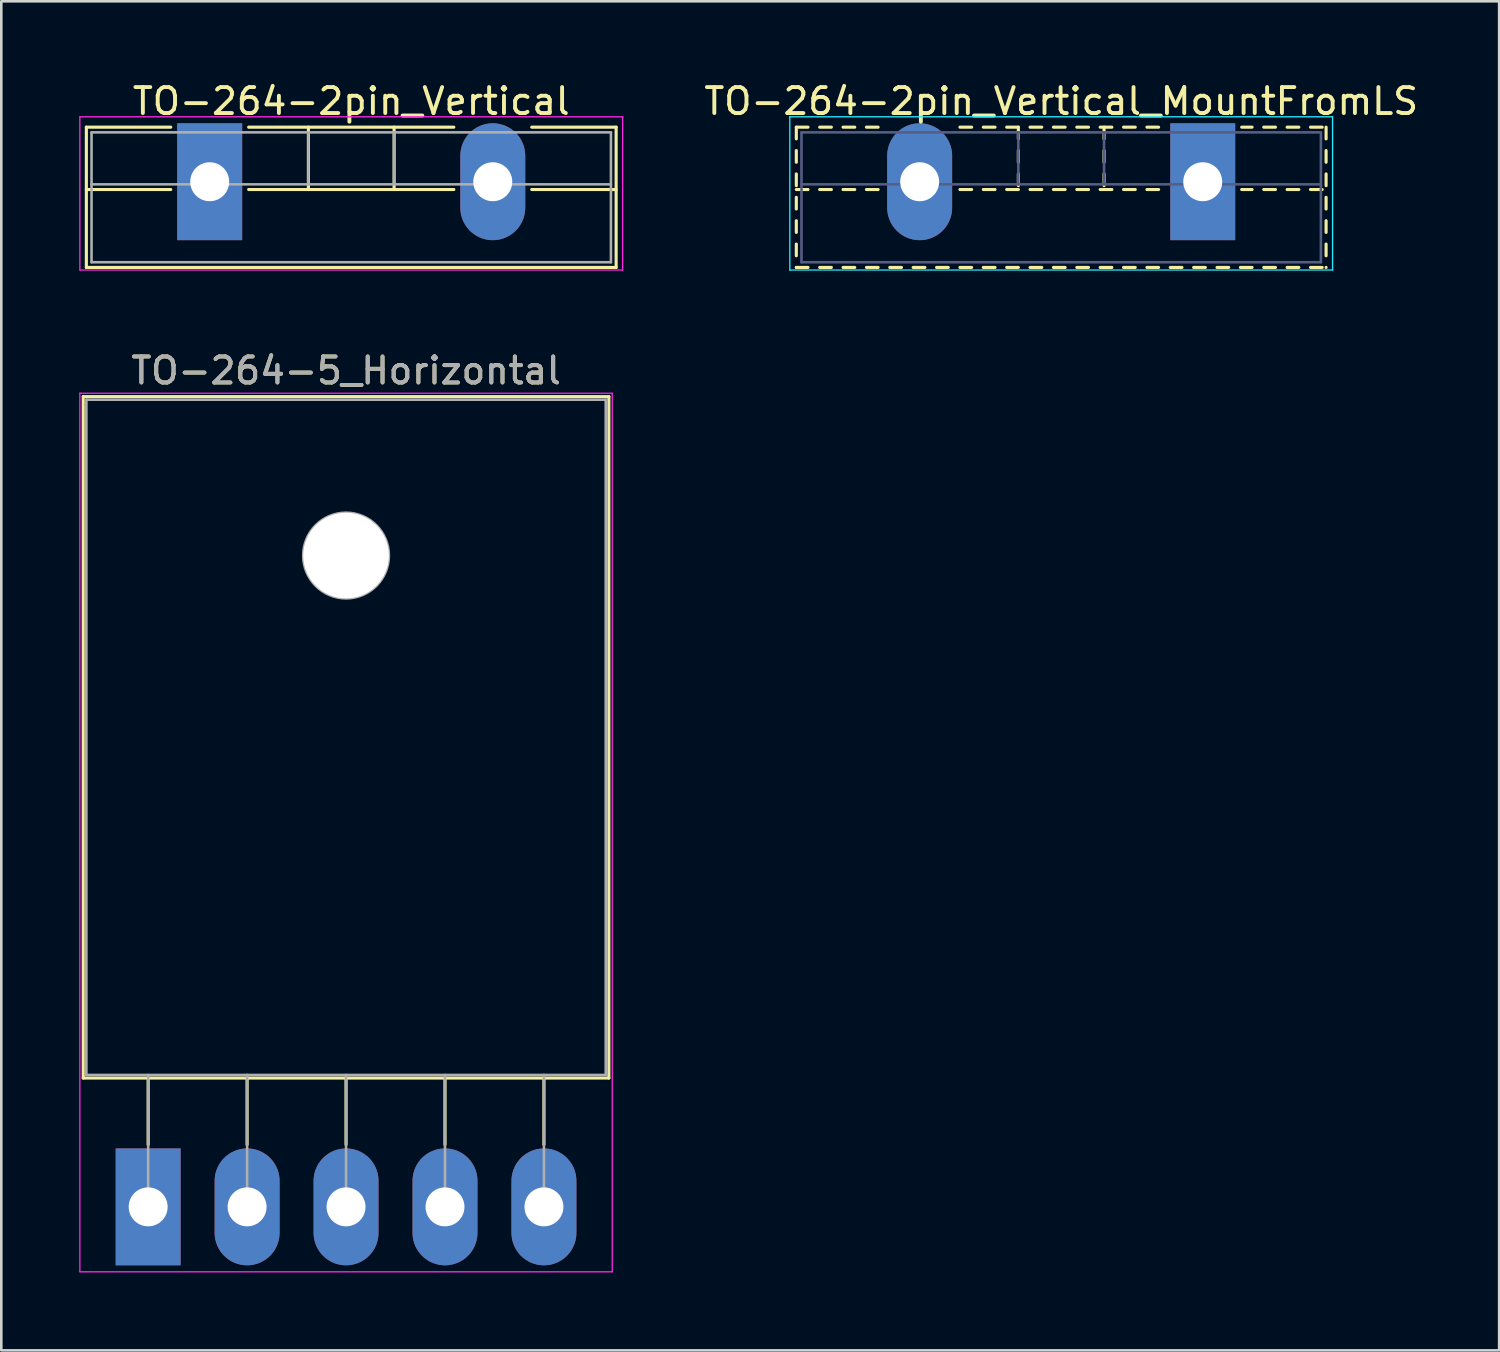
<source format=kicad_pcb>
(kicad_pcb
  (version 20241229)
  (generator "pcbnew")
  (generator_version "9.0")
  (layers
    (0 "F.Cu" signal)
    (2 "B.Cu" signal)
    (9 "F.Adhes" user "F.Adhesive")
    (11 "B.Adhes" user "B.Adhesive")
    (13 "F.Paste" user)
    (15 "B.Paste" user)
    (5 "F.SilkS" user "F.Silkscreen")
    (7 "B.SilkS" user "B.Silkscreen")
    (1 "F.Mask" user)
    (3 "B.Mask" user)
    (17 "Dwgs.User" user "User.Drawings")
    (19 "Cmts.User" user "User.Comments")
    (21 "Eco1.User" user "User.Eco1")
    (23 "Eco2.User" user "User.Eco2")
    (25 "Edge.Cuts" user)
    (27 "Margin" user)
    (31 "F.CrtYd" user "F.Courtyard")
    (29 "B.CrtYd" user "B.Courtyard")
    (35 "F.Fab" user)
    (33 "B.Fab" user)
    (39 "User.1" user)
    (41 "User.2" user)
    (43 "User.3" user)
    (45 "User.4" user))
  (footprint "TO-264-5_Horizontal"
    (layer "F.Cu")
    (at 2.655 43.422)
    (property "Reference" "TO-264-5_Horizontal" (at 7.62 -32.2 0) (layer "F.SilkS") (effects (font (size 1 1) (thickness 0.15))))
    (attr through_hole)
    (fp_line (start -2.5 -31.2) (end -2.5 -4.96) (stroke (width 0.12) (type solid)) (layer "F.SilkS"))
    (fp_line (start -2.5 -31.2) (end 17.74 -31.2) (stroke (width 0.12) (type solid)) (layer "F.SilkS"))
    (fp_line (start -2.5 -4.96) (end 17.74 -4.96) (stroke (width 0.12) (type solid)) (layer "F.SilkS"))
    (fp_line (start 0 -4.96) (end 0 -2.4) (stroke (width 0.12) (type solid)) (layer "F.SilkS"))
    (fp_line (start 3.81 -4.96) (end 3.81 -2.4) (stroke (width 0.12) (type solid)) (layer "F.SilkS"))
    (fp_line (start 7.62 -4.96) (end 7.62 -2.4) (stroke (width 0.12) (type solid)) (layer "F.SilkS"))
    (fp_line (start 11.43 -4.96) (end 11.43 -2.4) (stroke (width 0.12) (type solid)) (layer "F.SilkS"))
    (fp_line (start 15.24 -4.96) (end 15.24 -2.4) (stroke (width 0.12) (type solid)) (layer "F.SilkS"))
    (fp_line (start 17.74 -31.2) (end 17.74 -4.96) (stroke (width 0.12) (type solid)) (layer "F.SilkS"))
    (fp_line (start -2.63 -31.33) (end -2.63 2.5) (stroke (width 0.05) (type solid)) (layer "F.CrtYd"))
    (fp_line (start -2.63 2.5) (end 17.87 2.5) (stroke (width 0.05) (type solid)) (layer "F.CrtYd"))
    (fp_line (start 17.87 -31.33) (end -2.63 -31.33) (stroke (width 0.05) (type solid)) (layer "F.CrtYd"))
    (fp_line (start 17.87 2.5) (end 17.87 -31.33) (stroke (width 0.05) (type solid)) (layer "F.CrtYd"))
    (fp_line (start -2.38 -31.08) (end 17.62 -31.08) (stroke (width 0.1) (type solid)) (layer "F.Fab"))
    (fp_line (start -2.38 -5.08) (end -2.38 -31.08) (stroke (width 0.1) (type solid)) (layer "F.Fab"))
    (fp_line (start 0 -5.08) (end 0 0) (stroke (width 0.1) (type solid)) (layer "F.Fab"))
    (fp_line (start 3.81 -5.08) (end 3.81 0) (stroke (width 0.1) (type solid)) (layer "F.Fab"))
    (fp_line (start 7.62 -5.08) (end 7.62 0) (stroke (width 0.1) (type solid)) (layer "F.Fab"))
    (fp_line (start 11.43 -5.08) (end 11.43 0) (stroke (width 0.1) (type solid)) (layer "F.Fab"))
    (fp_line (start 15.24 -5.08) (end 15.24 0) (stroke (width 0.1) (type solid)) (layer "F.Fab"))
    (fp_line (start 17.62 -31.08) (end 17.62 -5.08) (stroke (width 0.1) (type solid)) (layer "F.Fab"))
    (fp_line (start 17.62 -5.08) (end -2.38 -5.08) (stroke (width 0.1) (type solid)) (layer "F.Fab"))
    (fp_circle (center 7.62 -25.08) (end 9.27 -25.08) (stroke (width 0.1) (type solid)) (fill no) (layer "F.Fab"))
    (fp_text user "${REFERENCE}" (at 7.62 -32.2 0) (layer "F.Fab") (effects (font (size 1 1) (thickness 0.15))))
    (pad "" np_thru_hole oval (at 7.62 -25.08) (size 3.3 3.3) (drill 3.3) (layers "*.Cu" "*.Mask"))
    (pad "1" thru_hole rect (at 0 0) (size 2.5 4.5) (drill 1.5) (layers "*.Cu" "*.Mask"))
    (pad "2" thru_hole oval (at 3.81 0) (size 2.5 4.5) (drill 1.5) (layers "*.Cu" "*.Mask"))
    (pad "3" thru_hole oval (at 7.62 0) (size 2.5 4.5) (drill 1.5) (layers "*.Cu" "*.Mask"))
    (pad "4" thru_hole oval (at 11.43 0) (size 2.5 4.5) (drill 1.5) (layers "*.Cu" "*.Mask"))
    (pad "5" thru_hole oval (at 15.24 0) (size 2.5 4.5) (drill 1.5) (layers "*.Cu" "*.Mask")))
  (footprint "TO-264-2pin_Vertical_MountFromLS"
    (layer "F.Cu")
    (at 43.263 3.948)
    (property "Reference" "TO-264-2pin_Vertical_MountFromLS" (at -5.45 -3.1 0) (layer "F.SilkS") (effects (font (size 1 1) (thickness 0.15))))
    (attr through_hole)
    (fp_line (start -15.65 -2.101) (end -15.65 -1.651) (stroke (width 0.12) (type solid)) (layer "F.SilkS"))
    (fp_line (start -15.65 -2.101) (end -15.2 -2.101) (stroke (width 0.12) (type solid)) (layer "F.SilkS"))
    (fp_line (start -15.65 -1.201) (end -15.65 -0.751) (stroke (width 0.12) (type solid)) (layer "F.SilkS"))
    (fp_line (start -15.65 -0.301) (end -15.65 0.15) (stroke (width 0.12) (type solid)) (layer "F.SilkS"))
    (fp_line (start -15.65 0.3) (end -15.2 0.3) (stroke (width 0.12) (type solid)) (layer "F.SilkS"))
    (fp_line (start -15.65 0.6) (end -15.65 1.05) (stroke (width 0.12) (type solid)) (layer "F.SilkS"))
    (fp_line (start -15.65 1.5) (end -15.65 1.95) (stroke (width 0.12) (type solid)) (layer "F.SilkS"))
    (fp_line (start -15.65 2.4) (end -15.65 2.85) (stroke (width 0.12) (type solid)) (layer "F.SilkS"))
    (fp_line (start -15.65 3.3) (end -15.65 3.3) (stroke (width 0.12) (type solid)) (layer "F.SilkS"))
    (fp_line (start -15.65 3.3) (end -15.2 3.3) (stroke (width 0.12) (type solid)) (layer "F.SilkS"))
    (fp_line (start -14.75 -2.101) (end -14.3 -2.101) (stroke (width 0.12) (type solid)) (layer "F.SilkS"))
    (fp_line (start -14.75 0.3) (end -14.3 0.3) (stroke (width 0.12) (type solid)) (layer "F.SilkS"))
    (fp_line (start -14.75 3.3) (end -14.3 3.3) (stroke (width 0.12) (type solid)) (layer "F.SilkS"))
    (fp_line (start -13.85 -2.101) (end -13.4 -2.101) (stroke (width 0.12) (type solid)) (layer "F.SilkS"))
    (fp_line (start -13.85 0.3) (end -13.4 0.3) (stroke (width 0.12) (type solid)) (layer "F.SilkS"))
    (fp_line (start -13.85 3.3) (end -13.4 3.3) (stroke (width 0.12) (type solid)) (layer "F.SilkS"))
    (fp_line (start -12.95 -2.101) (end -12.5 -2.101) (stroke (width 0.12) (type solid)) (layer "F.SilkS"))
    (fp_line (start -12.95 0.3) (end -12.5 0.3) (stroke (width 0.12) (type solid)) (layer "F.SilkS"))
    (fp_line (start -12.95 3.3) (end -12.5 3.3) (stroke (width 0.12) (type solid)) (layer "F.SilkS"))
    (fp_line (start -12.05 3.3) (end -11.6 3.3) (stroke (width 0.12) (type solid)) (layer "F.SilkS"))
    (fp_line (start -11.15 3.3) (end -10.699 3.3) (stroke (width 0.12) (type solid)) (layer "F.SilkS"))
    (fp_line (start -10.249 3.3) (end -9.799 3.3) (stroke (width 0.12) (type solid)) (layer "F.SilkS"))
    (fp_line (start -9.349 -2.101) (end -8.899 -2.101) (stroke (width 0.12) (type solid)) (layer "F.SilkS"))
    (fp_line (start -9.349 0.3) (end -8.899 0.3) (stroke (width 0.12) (type solid)) (layer "F.SilkS"))
    (fp_line (start -9.349 3.3) (end -8.899 3.3) (stroke (width 0.12) (type solid)) (layer "F.SilkS"))
    (fp_line (start -8.449 -2.101) (end -7.999 -2.101) (stroke (width 0.12) (type solid)) (layer "F.SilkS"))
    (fp_line (start -8.449 0.3) (end -7.999 0.3) (stroke (width 0.12) (type solid)) (layer "F.SilkS"))
    (fp_line (start -8.449 3.3) (end -7.999 3.3) (stroke (width 0.12) (type solid)) (layer "F.SilkS"))
    (fp_line (start -7.549 -2.101) (end -7.099 -2.101) (stroke (width 0.12) (type solid)) (layer "F.SilkS"))
    (fp_line (start -7.549 0.3) (end -7.099 0.3) (stroke (width 0.12) (type solid)) (layer "F.SilkS"))
    (fp_line (start -7.549 3.3) (end -7.099 3.3) (stroke (width 0.12) (type solid)) (layer "F.SilkS"))
    (fp_line (start -7.1 -2.101) (end -7.1 -1.651) (stroke (width 0.12) (type solid)) (layer "F.SilkS"))
    (fp_line (start -7.1 -1.201) (end -7.1 -0.751) (stroke (width 0.12) (type solid)) (layer "F.SilkS"))
    (fp_line (start -7.1 -0.301) (end -7.1 0.15) (stroke (width 0.12) (type solid)) (layer "F.SilkS"))
    (fp_line (start -6.649 -2.101) (end -6.199 -2.101) (stroke (width 0.12) (type solid)) (layer "F.SilkS"))
    (fp_line (start -6.649 0.3) (end -6.199 0.3) (stroke (width 0.12) (type solid)) (layer "F.SilkS"))
    (fp_line (start -6.649 3.3) (end -6.199 3.3) (stroke (width 0.12) (type solid)) (layer "F.SilkS"))
    (fp_line (start -5.749 -2.101) (end -5.299 -2.101) (stroke (width 0.12) (type solid)) (layer "F.SilkS"))
    (fp_line (start -5.749 0.3) (end -5.299 0.3) (stroke (width 0.12) (type solid)) (layer "F.SilkS"))
    (fp_line (start -5.749 3.3) (end -5.299 3.3) (stroke (width 0.12) (type solid)) (layer "F.SilkS"))
    (fp_line (start -4.849 -2.101) (end -4.399 -2.101) (stroke (width 0.12) (type solid)) (layer "F.SilkS"))
    (fp_line (start -4.849 0.3) (end -4.399 0.3) (stroke (width 0.12) (type solid)) (layer "F.SilkS"))
    (fp_line (start -4.849 3.3) (end -4.399 3.3) (stroke (width 0.12) (type solid)) (layer "F.SilkS"))
    (fp_line (start -3.949 -2.101) (end -3.499 -2.101) (stroke (width 0.12) (type solid)) (layer "F.SilkS"))
    (fp_line (start -3.949 0.3) (end -3.499 0.3) (stroke (width 0.12) (type solid)) (layer "F.SilkS"))
    (fp_line (start -3.949 3.3) (end -3.499 3.3) (stroke (width 0.12) (type solid)) (layer "F.SilkS"))
    (fp_line (start -3.8 -2.101) (end -3.8 -1.651) (stroke (width 0.12) (type solid)) (layer "F.SilkS"))
    (fp_line (start -3.8 -1.201) (end -3.8 -0.751) (stroke (width 0.12) (type solid)) (layer "F.SilkS"))
    (fp_line (start -3.8 -0.301) (end -3.8 0.15) (stroke (width 0.12) (type solid)) (layer "F.SilkS"))
    (fp_line (start -3.049 -2.101) (end -2.599 -2.101) (stroke (width 0.12) (type solid)) (layer "F.SilkS"))
    (fp_line (start -3.049 0.3) (end -2.599 0.3) (stroke (width 0.12) (type solid)) (layer "F.SilkS"))
    (fp_line (start -3.049 3.3) (end -2.599 3.3) (stroke (width 0.12) (type solid)) (layer "F.SilkS"))
    (fp_line (start -2.149 -2.101) (end -1.7 -2.101) (stroke (width 0.12) (type solid)) (layer "F.SilkS"))
    (fp_line (start -2.149 0.3) (end -1.7 0.3) (stroke (width 0.12) (type solid)) (layer "F.SilkS"))
    (fp_line (start -2.149 3.3) (end -1.7 3.3) (stroke (width 0.12) (type solid)) (layer "F.SilkS"))
    (fp_line (start -1.25 3.3) (end -0.8 3.3) (stroke (width 0.12) (type solid)) (layer "F.SilkS"))
    (fp_line (start -0.35 3.3) (end 0.1 3.3) (stroke (width 0.12) (type solid)) (layer "F.SilkS"))
    (fp_line (start 0.55 3.3) (end 1 3.3) (stroke (width 0.12) (type solid)) (layer "F.SilkS"))
    (fp_line (start 1.45 3.3) (end 1.9 3.3) (stroke (width 0.12) (type solid)) (layer "F.SilkS"))
    (fp_line (start 1.5 -2.101) (end 1.9 -2.101) (stroke (width 0.12) (type solid)) (layer "F.SilkS"))
    (fp_line (start 1.5 0.3) (end 1.9 0.3) (stroke (width 0.12) (type solid)) (layer "F.SilkS"))
    (fp_line (start 2.35 -2.101) (end 2.8 -2.101) (stroke (width 0.12) (type solid)) (layer "F.SilkS"))
    (fp_line (start 2.35 0.3) (end 2.8 0.3) (stroke (width 0.12) (type solid)) (layer "F.SilkS"))
    (fp_line (start 2.35 3.3) (end 2.8 3.3) (stroke (width 0.12) (type solid)) (layer "F.SilkS"))
    (fp_line (start 3.25 -2.101) (end 3.7 -2.101) (stroke (width 0.12) (type solid)) (layer "F.SilkS"))
    (fp_line (start 3.25 0.3) (end 3.7 0.3) (stroke (width 0.12) (type solid)) (layer "F.SilkS"))
    (fp_line (start 3.25 3.3) (end 3.7 3.3) (stroke (width 0.12) (type solid)) (layer "F.SilkS"))
    (fp_line (start 4.15 -2.101) (end 4.6 -2.101) (stroke (width 0.12) (type solid)) (layer "F.SilkS"))
    (fp_line (start 4.15 0.3) (end 4.6 0.3) (stroke (width 0.12) (type solid)) (layer "F.SilkS"))
    (fp_line (start 4.15 3.3) (end 4.6 3.3) (stroke (width 0.12) (type solid)) (layer "F.SilkS"))
    (fp_line (start 4.75 -2.101) (end 4.75 -1.651) (stroke (width 0.12) (type solid)) (layer "F.SilkS"))
    (fp_line (start 4.75 -1.201) (end 4.75 -0.751) (stroke (width 0.12) (type solid)) (layer "F.SilkS"))
    (fp_line (start 4.75 -0.301) (end 4.75 0.15) (stroke (width 0.12) (type solid)) (layer "F.SilkS"))
    (fp_line (start 4.75 0.6) (end 4.75 1.05) (stroke (width 0.12) (type solid)) (layer "F.SilkS"))
    (fp_line (start 4.75 1.5) (end 4.75 1.95) (stroke (width 0.12) (type solid)) (layer "F.SilkS"))
    (fp_line (start 4.75 2.4) (end 4.75 2.85) (stroke (width 0.12) (type solid)) (layer "F.SilkS"))
    (fp_line (start 4.75 3.3) (end 4.75 3.3) (stroke (width 0.12) (type solid)) (layer "F.SilkS"))
    (fp_line (start -15.9 -2.5) (end -15.9 3.4) (stroke (width 0.05) (type solid)) (layer "B.CrtYd"))
    (fp_line (start -15.9 3.4) (end 5 3.4) (stroke (width 0.05) (type solid)) (layer "B.CrtYd"))
    (fp_line (start 5 -2.5) (end -15.9 -2.5) (stroke (width 0.05) (type solid)) (layer "B.CrtYd"))
    (fp_line (start 5 3.4) (end 5 -2.5) (stroke (width 0.05) (type solid)) (layer "B.CrtYd"))
    (fp_line (start -15.45 -1.9) (end -15.45 3.1) (stroke (width 0.1) (type solid)) (layer "B.Fab"))
    (fp_line (start -15.45 0.1) (end 4.55 0.1) (stroke (width 0.1) (type solid)) (layer "B.Fab"))
    (fp_line (start -15.45 3.1) (end 4.55 3.1) (stroke (width 0.1) (type solid)) (layer "B.Fab"))
    (fp_line (start -7.1 -1.9) (end -7.1 0.1) (stroke (width 0.1) (type solid)) (layer "B.Fab"))
    (fp_line (start -3.8 -1.9) (end -3.8 0.1) (stroke (width 0.1) (type solid)) (layer "B.Fab"))
    (fp_line (start 4.55 -1.9) (end -15.45 -1.9) (stroke (width 0.1) (type solid)) (layer "B.Fab"))
    (fp_line (start 4.55 3.1) (end 4.55 -1.9) (stroke (width 0.1) (type solid)) (layer "B.Fab"))
    (pad "1" thru_hole rect (at 0 0) (size 2.5 4.5) (drill 1.5) (layers "*.Cu" "*.Mask"))
    (pad "2" thru_hole oval (at -10.9 0) (size 2.5 4.5) (drill 1.5) (layers "*.Cu" "*.Mask")))
  (footprint "TO-264-2pin_Vertical"
    (layer "F.Cu")
    (at 5.025 3.948)
    (property "Reference" "TO-264-2pin_Vertical" (at 5.45 -3.1 0) (layer "F.SilkS") (effects (font (size 1 1) (thickness 0.15))))
    (attr through_hole)
    (fp_line (start -4.75 -2.101) (end -4.75 3.3) (stroke (width 0.12) (type solid)) (layer "F.SilkS"))
    (fp_line (start -4.75 -2.101) (end -1.5 -2.101) (stroke (width 0.12) (type solid)) (layer "F.SilkS"))
    (fp_line (start -4.75 0.3) (end -1.5 0.3) (stroke (width 0.12) (type solid)) (layer "F.SilkS"))
    (fp_line (start -4.75 3.3) (end 15.65 3.3) (stroke (width 0.12) (type solid)) (layer "F.SilkS"))
    (fp_line (start 1.5 -2.101) (end 9.4 -2.101) (stroke (width 0.12) (type solid)) (layer "F.SilkS"))
    (fp_line (start 1.5 0.3) (end 9.4 0.3) (stroke (width 0.12) (type solid)) (layer "F.SilkS"))
    (fp_line (start 3.8 -2.101) (end 3.8 0.3) (stroke (width 0.12) (type solid)) (layer "F.SilkS"))
    (fp_line (start 7.1 -2.101) (end 7.1 0.3) (stroke (width 0.12) (type solid)) (layer "F.SilkS"))
    (fp_line (start 12.4 -2.101) (end 15.65 -2.101) (stroke (width 0.12) (type solid)) (layer "F.SilkS"))
    (fp_line (start 12.4 0.3) (end 15.65 0.3) (stroke (width 0.12) (type solid)) (layer "F.SilkS"))
    (fp_line (start 15.65 -2.101) (end 15.65 3.3) (stroke (width 0.12) (type solid)) (layer "F.SilkS"))
    (fp_line (start -5 -2.5) (end -5 3.4) (stroke (width 0.05) (type solid)) (layer "F.CrtYd"))
    (fp_line (start -5 3.4) (end 15.9 3.4) (stroke (width 0.05) (type solid)) (layer "F.CrtYd"))
    (fp_line (start 15.9 -2.5) (end -5 -2.5) (stroke (width 0.05) (type solid)) (layer "F.CrtYd"))
    (fp_line (start 15.9 3.4) (end 15.9 -2.5) (stroke (width 0.05) (type solid)) (layer "F.CrtYd"))
    (fp_line (start -4.55 -1.9) (end -4.55 3.1) (stroke (width 0.1) (type solid)) (layer "F.Fab"))
    (fp_line (start -4.55 0.1) (end 15.45 0.1) (stroke (width 0.1) (type solid)) (layer "F.Fab"))
    (fp_line (start -4.55 3.1) (end 15.45 3.1) (stroke (width 0.1) (type solid)) (layer "F.Fab"))
    (fp_line (start 3.8 -1.9) (end 3.8 0.1) (stroke (width 0.1) (type solid)) (layer "F.Fab"))
    (fp_line (start 7.1 -1.9) (end 7.1 0.1) (stroke (width 0.1) (type solid)) (layer "F.Fab"))
    (fp_line (start 15.45 -1.9) (end -4.55 -1.9) (stroke (width 0.1) (type solid)) (layer "F.Fab"))
    (fp_line (start 15.45 3.1) (end 15.45 -1.9) (stroke (width 0.1) (type solid)) (layer "F.Fab"))
    (pad "1" thru_hole rect (at 0 0) (size 2.5 4.5) (drill 1.5) (layers "*.Cu" "*.Mask"))
    (pad "2" thru_hole oval (at 10.9 0) (size 2.5 4.5) (drill 1.5) (layers "*.Cu" "*.Mask")))
  (gr_rect
    (start -3 -3)
    (end 54.676 48.947)
    (stroke (width 0.1) (type default))
    (fill no)
    (layer "Edge.Cuts")))
</source>
